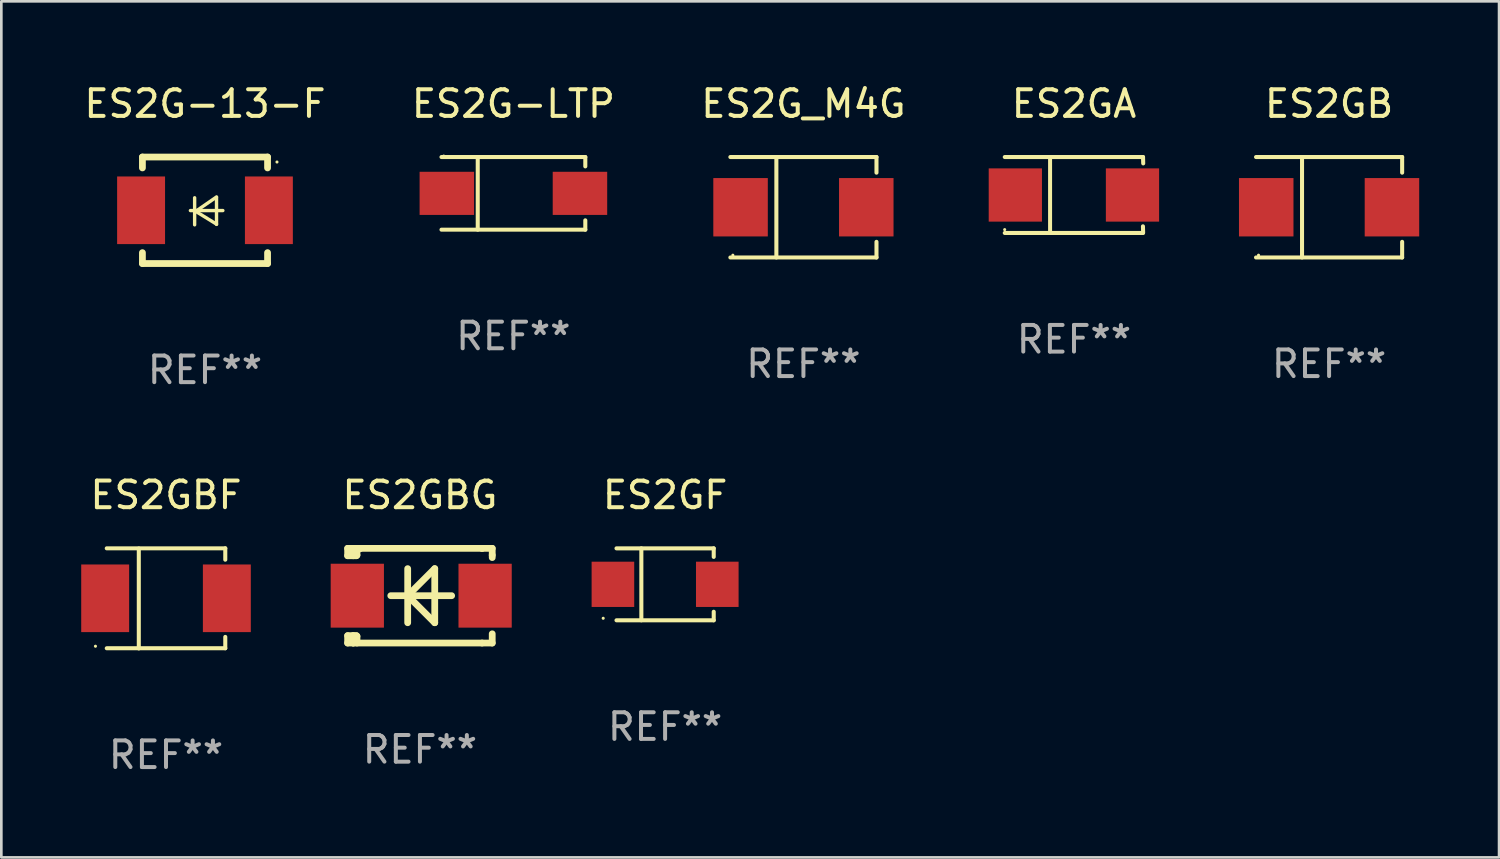
<source format=kicad_pcb>
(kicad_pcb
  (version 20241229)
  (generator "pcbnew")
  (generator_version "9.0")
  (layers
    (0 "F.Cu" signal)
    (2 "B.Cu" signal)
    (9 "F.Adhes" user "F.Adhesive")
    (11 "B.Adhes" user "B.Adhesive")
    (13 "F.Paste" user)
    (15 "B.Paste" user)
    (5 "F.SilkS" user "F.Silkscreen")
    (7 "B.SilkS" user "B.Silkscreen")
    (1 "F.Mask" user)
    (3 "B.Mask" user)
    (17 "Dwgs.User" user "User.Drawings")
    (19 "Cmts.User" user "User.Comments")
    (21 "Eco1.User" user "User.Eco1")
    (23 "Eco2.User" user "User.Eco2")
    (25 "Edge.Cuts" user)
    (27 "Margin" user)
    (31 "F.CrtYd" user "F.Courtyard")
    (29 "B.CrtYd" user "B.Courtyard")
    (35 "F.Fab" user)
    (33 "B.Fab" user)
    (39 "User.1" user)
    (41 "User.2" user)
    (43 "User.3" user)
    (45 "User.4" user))
  (footprint "ES2GF"
    (layer "F.Cu")
    (at 21.93 18.896)
    (property "Reference" "ES2GF" (at 0 -3.351 0) (layer "F.SilkS") (effects (font (size 1 1) (thickness 0.15))))
    (attr through_hole)
    (fp_line (start -1.826 -1.351) (end 1.826 -1.351) (stroke (width 0.152) (type solid)) (layer "F.SilkS"))
    (fp_line (start -1.826 1.351) (end 1.826 1.351) (stroke (width 0.152) (type solid)) (layer "F.SilkS"))
    (fp_line (start -0.892 -1.351) (end -0.892 1.351) (stroke (width 0.152) (type solid)) (layer "F.SilkS"))
    (fp_line (start 1.826 -1.351) (end 1.826 -1.03) (stroke (width 0.152) (type solid)) (layer "F.SilkS"))
    (fp_line (start 1.826 1.03) (end 1.826 1.351) (stroke (width 0.152) (type solid)) (layer "F.SilkS"))
    (fp_circle (center -2.325 1.275) (end -2.295 1.275) (stroke (width 0.06) (type solid)) (fill no) (layer "F.SilkS"))
    (fp_text user "REF**" (at 0 5.351 0) (layer "F.Fab") (effects (font (size 1 1) (thickness 0.15))))
    (pad "1" smd rect (at -1.96 0 180) (size 1.6 1.7) (layers "F.Cu" "F.Mask" "F.Paste"))
    (pad "2" smd rect (at 1.96 0 180) (size 1.6 1.7) (layers "F.Cu" "F.Mask" "F.Paste")))
  (footprint "ES2GA"
    (layer "F.Cu")
    (at 37.287 4.274)
    (property "Reference" "ES2GA" (at 0 -3.426 0) (layer "F.SilkS") (effects (font (size 1 1) (thickness 0.15))))
    (attr through_hole)
    (fp_line (start -2.6 -1.426) (end 2.593 -1.426) (stroke (width 0.152) (type solid)) (layer "F.SilkS"))
    (fp_line (start -2.6 1.426) (end 2.593 1.426) (stroke (width 0.152) (type solid)) (layer "F.SilkS"))
    (fp_line (start -0.898 -1.426) (end -0.898 1.426) (stroke (width 0.15) (type solid)) (layer "F.SilkS"))
    (fp_line (start 2.59 1.176) (end 2.597 1.415) (stroke (width 0.152) (type solid)) (layer "F.SilkS"))
    (fp_line (start 2.593 -1.426) (end 2.6 -1.187) (stroke (width 0.152) (type solid)) (layer "F.SilkS"))
    (fp_circle (center -2.603 1.3) (end -2.573 1.3) (stroke (width 0.06) (type solid)) (fill no) (layer "F.SilkS"))
    (fp_text user "REF**" (at 0 5.426 0) (layer "F.Fab") (effects (font (size 1 1) (thickness 0.15))))
    (pad "1" smd rect (at -2.203 0 180) (size 2 2) (layers "F.Cu" "F.Mask" "F.Paste"))
    (pad "2" smd rect (at 2.197 0 180) (size 2 2) (layers "F.Cu" "F.Mask" "F.Paste")))
  (footprint "ES2G_M4G"
    (layer "F.Cu")
    (at 27.125 4.734)
    (property "Reference" "ES2G_M4G" (at 0 -3.886 0) (layer "F.SilkS") (effects (font (size 1 1) (thickness 0.15))))
    (attr through_hole)
    (fp_line (start -2.744 -1.886) (end 2.744 -1.886) (stroke (width 0.152) (type solid)) (layer "F.SilkS"))
    (fp_line (start -2.744 1.886) (end 2.744 1.886) (stroke (width 0.152) (type solid)) (layer "F.SilkS"))
    (fp_line (start -1.016 -1.886) (end -1.016 1.886) (stroke (width 0.152) (type solid)) (layer "F.SilkS"))
    (fp_line (start 2.744 -1.886) (end 2.744 -1.299) (stroke (width 0.152) (type solid)) (layer "F.SilkS"))
    (fp_line (start 2.744 1.886) (end 2.744 1.299) (stroke (width 0.152) (type solid)) (layer "F.SilkS"))
    (fp_circle (center -2.65 1.8) (end -2.62 1.8) (stroke (width 0.06) (type solid)) (fill no) (layer "F.SilkS"))
    (fp_text user "REF**" (at 0 5.886 0) (layer "F.Fab") (effects (font (size 1 1) (thickness 0.15))))
    (pad "1" smd rect (at -2.361 0) (size 2.047 2.192) (layers "F.Cu" "F.Mask" "F.Paste"))
    (pad "2" smd rect (at 2.361 0) (size 2.047 2.192) (layers "F.Cu" "F.Mask" "F.Paste")))
  (footprint "ES2G-13-F"
    (layer "F.Cu")
    (at 4.649 4.848)
    (property "Reference" "ES2G-13-F" (at 0 -4 0) (layer "F.SilkS") (effects (font (size 1 1) (thickness 0.15))))
    (attr through_hole)
    (fp_line (start -2.35 -2) (end -2.35 -1.591) (stroke (width 0.254) (type solid)) (layer "F.SilkS"))
    (fp_line (start -2.35 -2) (end 2.35 -2) (stroke (width 0.254) (type solid)) (layer "F.SilkS"))
    (fp_line (start -2.35 1.591) (end -2.35 2) (stroke (width 0.254) (type solid)) (layer "F.SilkS"))
    (fp_line (start -2.35 2) (end 2.35 2) (stroke (width 0.254) (type solid)) (layer "F.SilkS"))
    (fp_line (start -0.548 0.01) (end 0.671 0.01) (stroke (width 0.127) (type solid)) (layer "F.SilkS"))
    (fp_line (start -0.389 -0.47) (end -0.389 0.546) (stroke (width 0.127) (type solid)) (layer "F.SilkS"))
    (fp_line (start -0.35 0.04) (end 0.433 0.52) (stroke (width 0.127) (type solid)) (layer "F.SilkS"))
    (fp_line (start 0.433 -0.5) (end -0.35 0.04) (stroke (width 0.127) (type solid)) (layer "F.SilkS"))
    (fp_line (start 0.433 0.53) (end 0.433 -0.486) (stroke (width 0.127) (type solid)) (layer "F.SilkS"))
    (fp_line (start 2.35 -2) (end 2.35 -1.591) (stroke (width 0.254) (type solid)) (layer "F.SilkS"))
    (fp_line (start 2.35 1.591) (end 2.35 2) (stroke (width 0.254) (type solid)) (layer "F.SilkS"))
    (fp_circle (center 2.704 -1.813) (end 2.734 -1.813) (stroke (width 0.06) (type solid)) (fill no) (layer "F.SilkS"))
    (fp_text user "REF**" (at 0 6 0) (layer "F.Fab") (effects (font (size 1 1) (thickness 0.15))))
    (pad "1" smd rect (at 2.4 0) (size 1.8 2.54) (layers "F.Cu" "F.Mask" "F.Paste"))
    (pad "2" smd rect (at -2.4 0) (size 1.8 2.54) (layers "F.Cu" "F.Mask" "F.Paste")))
  (footprint "ES2GBG"
    (layer "F.Cu")
    (at 12.722 19.323)
    (property "Reference" "ES2GBG" (at 0 -3.778 0) (layer "F.SilkS") (effects (font (size 1 1) (thickness 0.15))))
    (attr through_hole)
    (fp_line (start -2.715 -1.778) (end -2.715 -1.501) (stroke (width 0.254) (type solid)) (layer "F.SilkS"))
    (fp_line (start -2.715 -1.501) (end -2.505 -1.501) (stroke (width 0.254) (type solid)) (layer "F.SilkS"))
    (fp_line (start -2.715 1.501) (end -2.715 1.778) (stroke (width 0.254) (type solid)) (layer "F.SilkS"))
    (fp_line (start -2.715 1.501) (end -2.505 1.501) (stroke (width 0.254) (type solid)) (layer "F.SilkS"))
    (fp_line (start -2.715 1.778) (end -2.504 1.778) (stroke (width 0.254) (type solid)) (layer "F.SilkS"))
    (fp_line (start -2.505 -1.778) (end -2.715 -1.778) (stroke (width 0.254) (type solid)) (layer "F.SilkS"))
    (fp_line (start -2.505 -1.778) (end -2.238 -1.778) (stroke (width 0.254) (type solid)) (layer "F.SilkS"))
    (fp_line (start -2.505 -1.501) (end -2.505 -1.651) (stroke (width 0.254) (type solid)) (layer "F.SilkS"))
    (fp_line (start -2.505 -1.501) (end -2.388 -1.501) (stroke (width 0.254) (type solid)) (layer "F.SilkS"))
    (fp_line (start -2.505 1.501) (end -2.505 1.778) (stroke (width 0.254) (type solid)) (layer "F.SilkS"))
    (fp_line (start -2.505 1.501) (end -2.388 1.501) (stroke (width 0.254) (type solid)) (layer "F.SilkS"))
    (fp_line (start -2.388 1.501) (end -2.365 1.524) (stroke (width 0.254) (type solid)) (layer "F.SilkS"))
    (fp_line (start -2.388 -1.501) (end -2.365 -1.524) (stroke (width 0.254) (type solid)) (layer "F.SilkS"))
    (fp_line (start -2.365 -1.651) (end -2.505 -1.778) (stroke (width 0.254) (type solid)) (layer "F.SilkS"))
    (fp_line (start -2.365 -1.524) (end -2.365 -1.651) (stroke (width 0.254) (type solid)) (layer "F.SilkS"))
    (fp_line (start -2.365 1.524) (end -2.365 1.778) (stroke (width 0.254) (type solid)) (layer "F.SilkS"))
    (fp_line (start -2.239 -1.778) (end 2.333 -1.778) (stroke (width 0.254) (type solid)) (layer "F.SilkS"))
    (fp_line (start -2.238 -1.778) (end -2.505 -1.778) (stroke (width 0.254) (type solid)) (layer "F.SilkS"))
    (fp_line (start -1.095 0) (end 1.191 0) (stroke (width 0.254) (type solid)) (layer "F.SilkS"))
    (fp_line (start -0.46 -1.016) (end -0.46 1.016) (stroke (width 0.254) (type solid)) (layer "F.SilkS"))
    (fp_line (start -0.46 -0.000127) (end 0.556 1.016) (stroke (width 0.254) (type solid)) (layer "F.SilkS"))
    (fp_line (start 0.556 -1.016) (end 0.556 1.016) (stroke (width 0.254) (type solid)) (layer "F.SilkS"))
    (fp_line (start 0.556 -1.016) (end -0.46 -0.000127) (stroke (width 0.254) (type solid)) (layer "F.SilkS"))
    (fp_line (start 2.333 -1.778) (end 2.333 -1.778) (stroke (width 0.254) (type solid)) (layer "F.SilkS"))
    (fp_line (start 2.333 -1.778) (end 2.715 -1.778) (stroke (width 0.254) (type solid)) (layer "F.SilkS"))
    (fp_line (start 2.334 1.778) (end -2.504 1.778) (stroke (width 0.254) (type solid)) (layer "F.SilkS"))
    (fp_line (start 2.715 -1.778) (end 2.715 -1.524) (stroke (width 0.254) (type solid)) (layer "F.SilkS"))
    (fp_line (start 2.715 -1.524) (end 2.715 -1.431) (stroke (width 0.254) (type solid)) (layer "F.SilkS"))
    (fp_line (start 2.715 1.431) (end 2.715 1.778) (stroke (width 0.254) (type solid)) (layer "F.SilkS"))
    (fp_line (start 2.715 1.778) (end 2.334 1.778) (stroke (width 0.254) (type solid)) (layer "F.SilkS"))
    (fp_circle (center -2.602 1.8) (end -2.572 1.8) (stroke (width 0.06) (type solid)) (fill no) (layer "F.SilkS"))
    (fp_text user "REF**" (at 0 5.778 0) (layer "F.Fab") (effects (font (size 1 1) (thickness 0.15))))
    (pad "1" smd rect (at -2.352 -0.000076) (size 2 2.4) (layers "F.Cu" "F.Mask" "F.Paste"))
    (pad "2" smd rect (at 2.448 -0.000076) (size 2 2.4) (layers "F.Cu" "F.Mask" "F.Paste")))
  (footprint "ES2GBF"
    (layer "F.Cu")
    (at 3.185 19.424)
    (property "Reference" "ES2GBF" (at 0 -3.88 0) (layer "F.SilkS") (effects (font (size 1 1) (thickness 0.15))))
    (attr through_hole)
    (fp_line (start -2.226 -1.88) (end 2.226 -1.88) (stroke (width 0.152) (type solid)) (layer "F.SilkS"))
    (fp_line (start -2.226 1.873) (end 2.226 1.873) (stroke (width 0.152) (type solid)) (layer "F.SilkS"))
    (fp_line (start -1.022 -1.873) (end -1.022 1.88) (stroke (width 0.152) (type solid)) (layer "F.SilkS"))
    (fp_line (start 2.226 -1.88) (end 2.226 -1.453) (stroke (width 0.152) (type solid)) (layer "F.SilkS"))
    (fp_line (start 2.226 1.447) (end 2.226 1.873) (stroke (width 0.152) (type solid)) (layer "F.SilkS"))
    (fp_circle (center -2.65 1.797) (end -2.62 1.797) (stroke (width 0.06) (type solid)) (fill no) (layer "F.SilkS"))
    (fp_text user "REF**" (at 0 5.88 0) (layer "F.Fab") (effects (font (size 1 1) (thickness 0.15))))
    (pad "1" smd rect (at -2.285 -0.003) (size 1.8 2.54) (layers "F.Cu" "F.Mask" "F.Paste"))
    (pad "2" smd rect (at 2.285 -0.003) (size 1.8 2.54) (layers "F.Cu" "F.Mask" "F.Paste")))
  (footprint "ES2G-LTP"
    (layer "F.Cu")
    (at 16.232 4.212)
    (property "Reference" "ES2G-LTP" (at 0 -3.364 0) (layer "F.SilkS") (effects (font (size 1 1) (thickness 0.15))))
    (attr through_hole)
    (fp_line (start -2.701 -1.364) (end 2.701 -1.364) (stroke (width 0.152) (type solid)) (layer "F.SilkS"))
    (fp_line (start -2.701 1.364) (end 2.701 1.364) (stroke (width 0.152) (type solid)) (layer "F.SilkS"))
    (fp_line (start -1.339 -1.364) (end -1.339 1.364) (stroke (width 0.152) (type solid)) (layer "F.SilkS"))
    (fp_line (start 2.701 -1.364) (end 2.701 -1.013) (stroke (width 0.152) (type solid)) (layer "F.SilkS"))
    (fp_line (start 2.701 1.364) (end 2.701 1.013) (stroke (width 0.152) (type solid)) (layer "F.SilkS"))
    (fp_circle (center -2.615 -1.4) (end -2.585 -1.4) (stroke (width 0.06) (type solid)) (fill no) (layer "F.SilkS"))
    (fp_text user "REF**" (at 0 5.364 0) (layer "F.Fab") (effects (font (size 1 1) (thickness 0.15))))
    (pad "1" smd rect (at -2.5 0) (size 2.046 1.62) (layers "F.Cu" "F.Mask" "F.Paste"))
    (pad "2" smd rect (at 2.5 0) (size 2.046 1.62) (layers "F.Cu" "F.Mask" "F.Paste")))
  (footprint "ES2GB"
    (layer "F.Cu")
    (at 46.868 4.734)
    (property "Reference" "ES2GB" (at 0 -3.886 0) (layer "F.SilkS") (effects (font (size 1 1) (thickness 0.15))))
    (attr through_hole)
    (fp_line (start -2.744 -1.886) (end 2.744 -1.886) (stroke (width 0.152) (type solid)) (layer "F.SilkS"))
    (fp_line (start -2.744 1.886) (end 2.744 1.886) (stroke (width 0.152) (type solid)) (layer "F.SilkS"))
    (fp_line (start -1.016 -1.886) (end -1.016 1.886) (stroke (width 0.152) (type solid)) (layer "F.SilkS"))
    (fp_line (start 2.744 -1.886) (end 2.744 -1.299) (stroke (width 0.152) (type solid)) (layer "F.SilkS"))
    (fp_line (start 2.744 1.886) (end 2.744 1.299) (stroke (width 0.152) (type solid)) (layer "F.SilkS"))
    (fp_circle (center -2.65 1.8) (end -2.62 1.8) (stroke (width 0.06) (type solid)) (fill no) (layer "F.SilkS"))
    (fp_text user "REF**" (at 0 5.886 0) (layer "F.Fab") (effects (font (size 1 1) (thickness 0.15))))
    (pad "1" smd rect (at -2.361 0) (size 2.047 2.192) (layers "F.Cu" "F.Mask" "F.Paste"))
    (pad "2" smd rect (at 2.361 0) (size 2.047 2.192) (layers "F.Cu" "F.Mask" "F.Paste")))
  (gr_rect
    (start -3 -3)
    (end 53.252 29.152)
    (stroke (width 0.1) (type default))
    (fill no)
    (layer "Edge.Cuts")))
</source>
